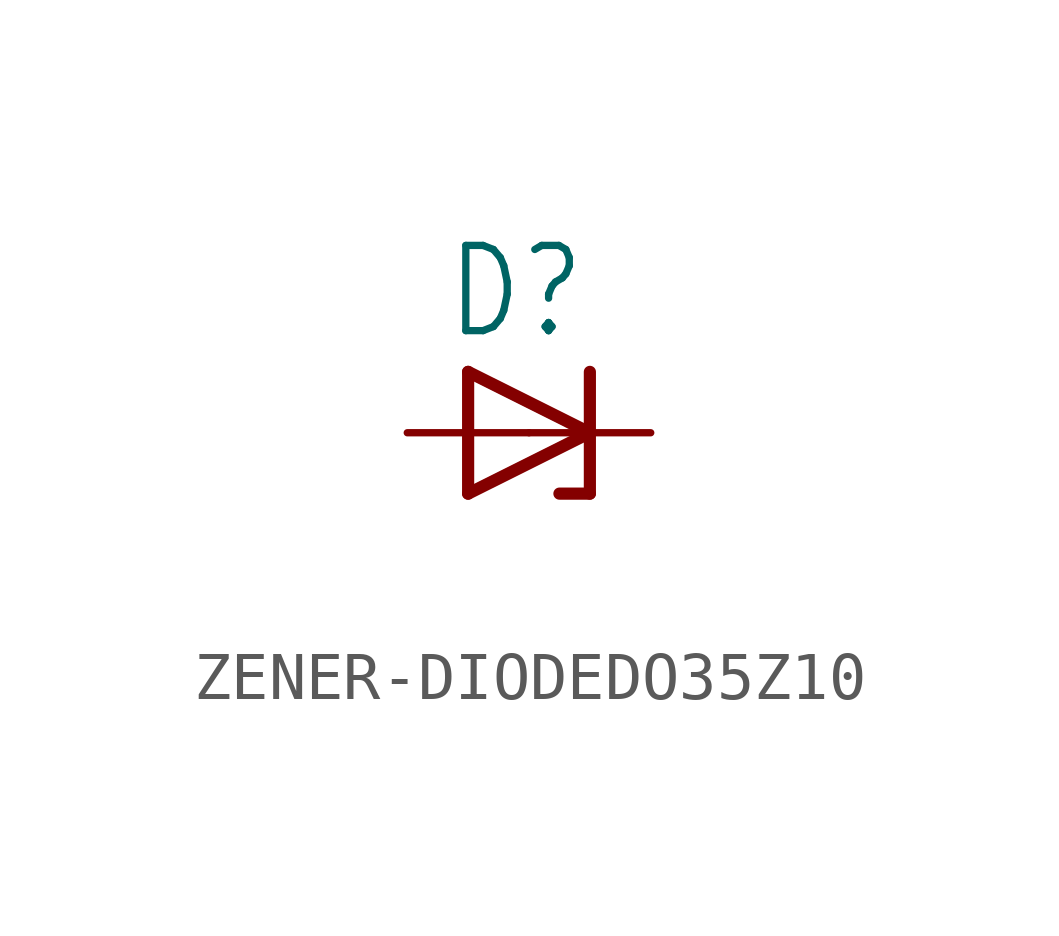
<source format=kicad_sym>
(kicad_symbol_lib
  (version 20231120)
  (generator "kicad_symbol_editor")
  (generator_version "8.0")
  (symbol "ZENER-DIODEDO35Z10"
    (property "Reference" "D"
      (at -1.778 1.905 0)
      (effects (font (size 1.778 1.511)) (justify left bottom)))
    (property "Value" ""
      (at -1.778 -3.429 0)
      (effects (font (size 1.778 1.511)) (justify left bottom)))
    (property "ki_locked" ""
      (at 0 0 0)
      (effects (font (size 1.27 1.27))))
    (symbol "ZENER-DIODEDO35Z10_1_0"
      (polyline (pts (xy -1.27 -1.27) (xy 1.27 0)) (stroke (width 0.254) (type solid)) (fill (type none)))
      (polyline (pts (xy -1.27 1.27) (xy -1.27 -1.27)) (stroke (width 0.254) (type solid)) (fill (type none)))
      (polyline (pts (xy 1.27 -1.27) (xy 0.635 -1.27)) (stroke (width 0.254) (type solid)) (fill (type none)))
      (polyline (pts (xy 1.27 0) (xy -1.27 1.27)) (stroke (width 0.254) (type solid)) (fill (type none)))
      (polyline (pts (xy 1.27 0) (xy 1.27 -1.27)) (stroke (width 0.254) (type solid)) (fill (type none)))
      (polyline (pts (xy 1.27 1.27) (xy 1.27 0)) (stroke (width 0.254) (type solid)) (fill (type none)))
      (pin passive line (at -2.54 0 0) (length 2.54) (name "A" (effects (font (size 0 0)))) (number "A" (effects (font (size 0 0)))))
      (pin passive line (at 2.54 0 180) (length 2.54) (name "C" (effects (font (size 0 0)))) (number "C" (effects (font (size 0 0))))))))
</source>
